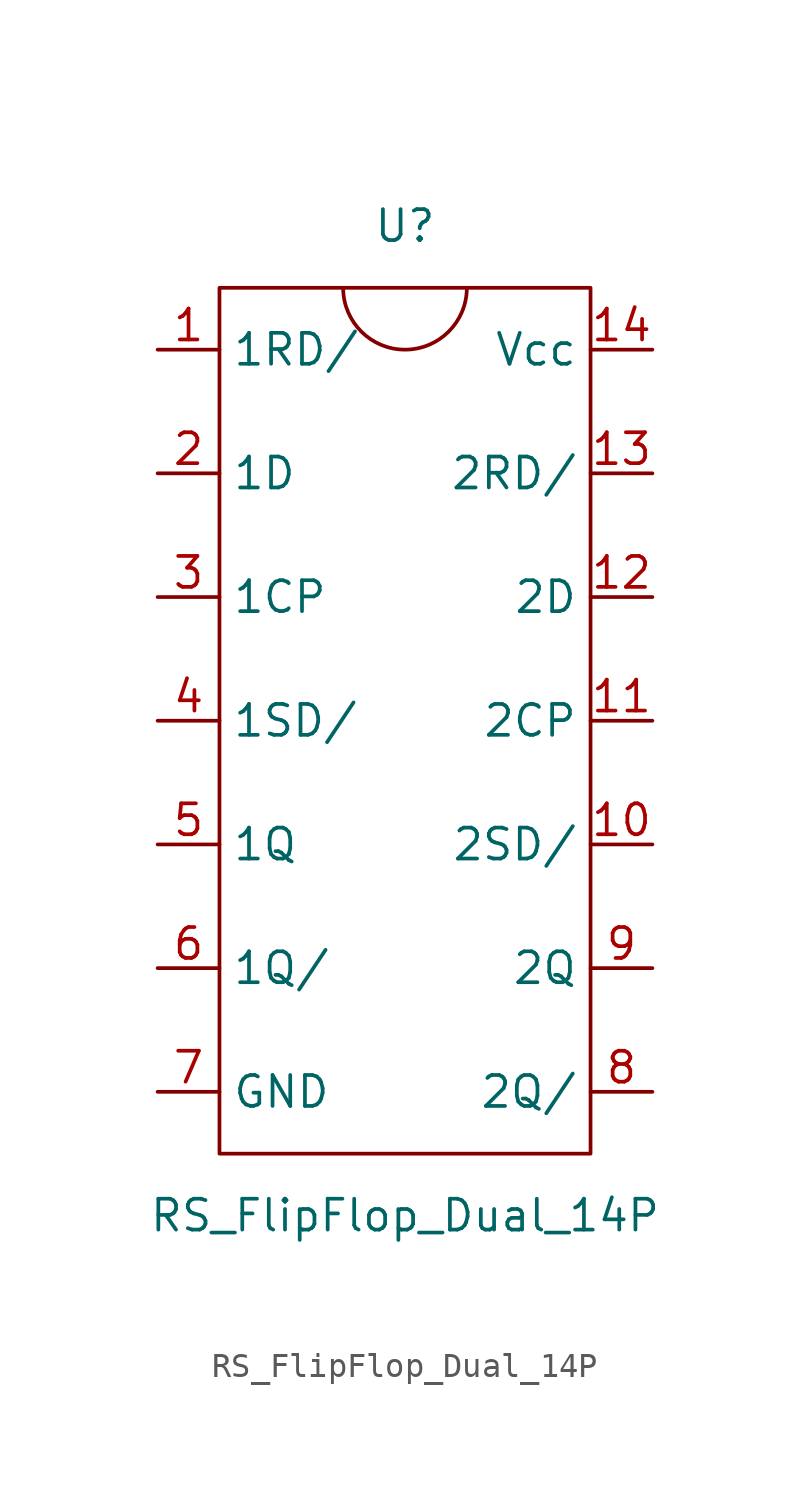
<source format=kicad_sym>
(kicad_symbol_lib
  (version 20231120)
  (generator "kicad_symbol_editor")
  (generator_version "8.0")
  (symbol "RS_FlipFlop_Dual_14P"
    (property "Reference" "U"
      (at 0 20.32 0)
      (effects (font (size 1.27 1.27))))
    (property "Value" "RS_FlipFlop_Dual_14P"
      (at 0 -20.32 0)
      (effects (font (size 1.27 1.27))))
    (symbol "RS_FlipFlop_Dual_14P_0_1"
      (rectangle (start -7.62 17.78) (end 7.62 -17.78) (stroke (width 0) (type default)) (fill (type none)))
      (arc (start -2.54 17.7575) (mid 0 15.2399) (end 2.54 17.7575) (stroke (width 0) (type default)) (fill (type none))))
    (symbol "RS_FlipFlop_Dual_14P_1_1"
      (pin input line (at -10.16 15.24 0) (length 2.54) (name "1RD/" (effects (font (size 1.27 1.27)))) (number "1" (effects (font (size 1.27 1.27)))))
      (pin input line (at 10.16 -5.08 180) (length 2.54) (name "2SD/" (effects (font (size 1.27 1.27)))) (number "10" (effects (font (size 1.27 1.27)))))
      (pin input line (at 10.16 0 180) (length 2.54) (name "2CP" (effects (font (size 1.27 1.27)))) (number "11" (effects (font (size 1.27 1.27)))))
      (pin input line (at 10.16 5.08 180) (length 2.54) (name "2D" (effects (font (size 1.27 1.27)))) (number "12" (effects (font (size 1.27 1.27)))))
      (pin input line (at 10.16 10.16 180) (length 2.54) (name "2RD/" (effects (font (size 1.27 1.27)))) (number "13" (effects (font (size 1.27 1.27)))))
      (pin power_in line (at 10.16 15.24 180) (length 2.54) (name "Vcc" (effects (font (size 1.27 1.27)))) (number "14" (effects (font (size 1.27 1.27)))))
      (pin input line (at -10.16 10.16 0) (length 2.54) (name "1D" (effects (font (size 1.27 1.27)))) (number "2" (effects (font (size 1.27 1.27)))))
      (pin input line (at -10.16 5.08 0) (length 2.54) (name "1CP" (effects (font (size 1.27 1.27)))) (number "3" (effects (font (size 1.27 1.27)))))
      (pin input line (at -10.16 0 0) (length 2.54) (name "1SD/" (effects (font (size 1.27 1.27)))) (number "4" (effects (font (size 1.27 1.27)))))
      (pin output line (at -10.16 -5.08 0) (length 2.54) (name "1Q" (effects (font (size 1.27 1.27)))) (number "5" (effects (font (size 1.27 1.27)))))
      (pin output line (at -10.16 -10.16 0) (length 2.54) (name "1Q/" (effects (font (size 1.27 1.27)))) (number "6" (effects (font (size 1.27 1.27)))))
      (pin power_in line (at -10.16 -15.24 0) (length 2.54) (name "GND" (effects (font (size 1.27 1.27)))) (number "7" (effects (font (size 1.27 1.27)))))
      (pin output line (at 10.16 -15.24 180) (length 2.54) (name "2Q/" (effects (font (size 1.27 1.27)))) (number "8" (effects (font (size 1.27 1.27)))))
      (pin output line (at 10.16 -10.16 180) (length 2.54) (name "2Q" (effects (font (size 1.27 1.27)))) (number "9" (effects (font (size 1.27 1.27))))))))
</source>
